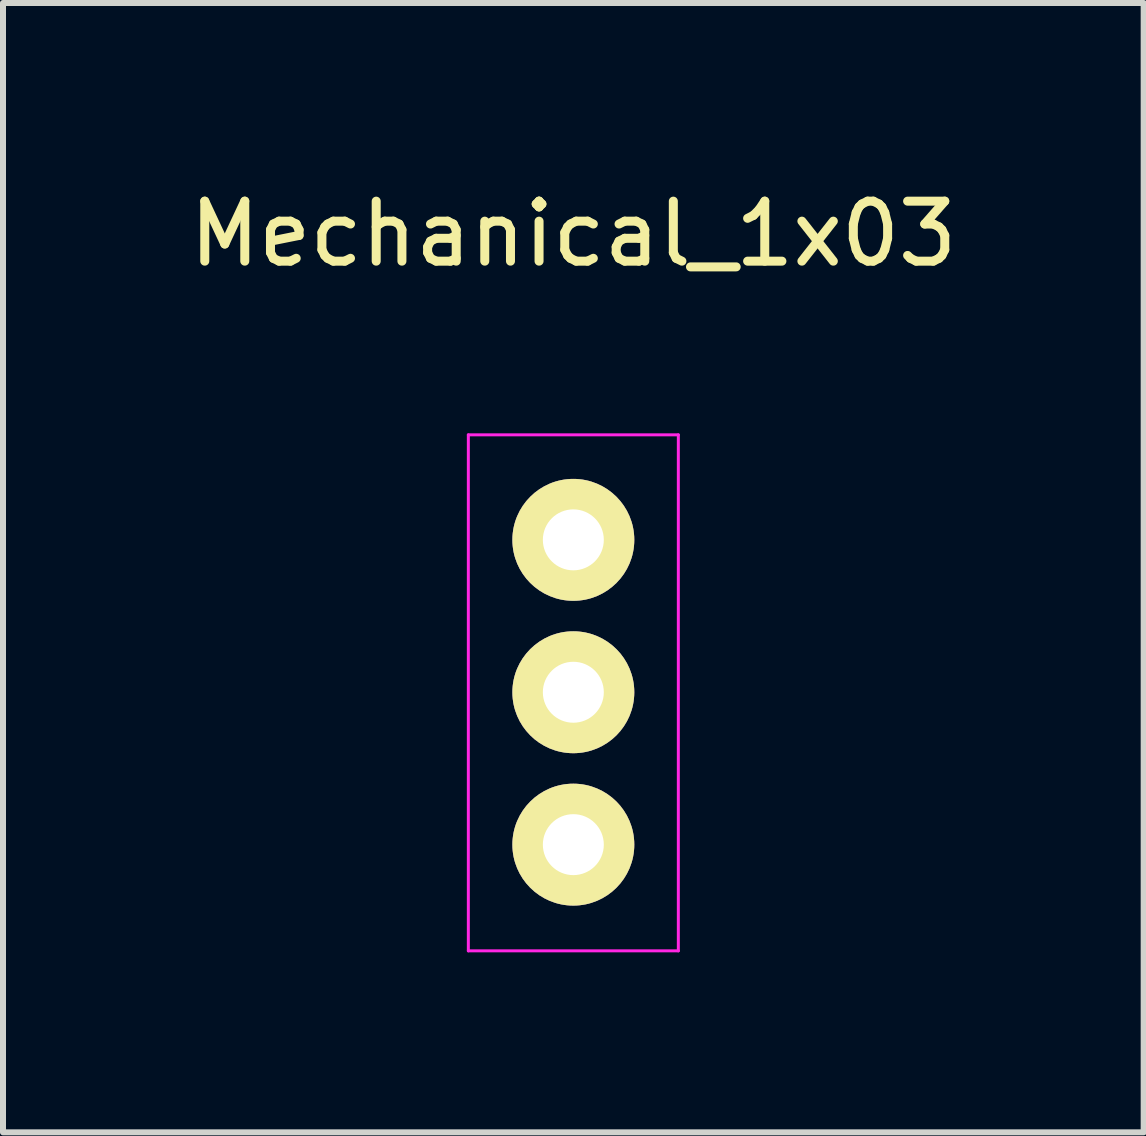
<source format=kicad_pcb>
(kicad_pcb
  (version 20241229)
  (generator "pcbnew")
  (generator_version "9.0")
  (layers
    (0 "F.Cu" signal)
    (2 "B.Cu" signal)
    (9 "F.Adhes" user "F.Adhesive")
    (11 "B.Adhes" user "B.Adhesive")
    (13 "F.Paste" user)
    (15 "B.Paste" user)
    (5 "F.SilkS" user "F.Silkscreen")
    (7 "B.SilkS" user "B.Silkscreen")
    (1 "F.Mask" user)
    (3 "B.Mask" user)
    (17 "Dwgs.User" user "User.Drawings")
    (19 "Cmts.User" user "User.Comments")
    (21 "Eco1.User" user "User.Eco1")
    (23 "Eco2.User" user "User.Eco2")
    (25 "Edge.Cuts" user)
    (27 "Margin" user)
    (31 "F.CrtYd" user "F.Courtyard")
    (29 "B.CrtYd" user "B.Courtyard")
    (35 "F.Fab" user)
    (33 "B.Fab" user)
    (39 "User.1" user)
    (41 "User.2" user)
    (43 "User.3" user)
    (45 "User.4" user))
  (footprint "Mechanical_1x03"
    (layer "F.Cu")
    (at 6.506 5.948)
    (property "Reference" "Mechanical_1x03" (at 0 -5.1 0) (layer "F.SilkS") (effects (font (size 1 1) (thickness 0.15))))
    (attr through_hole)
    (fp_line (start -1.75 -1.75) (end -1.75 6.85) (stroke (width 0.05) (type solid)) (layer "F.CrtYd"))
    (fp_line (start -1.75 -1.75) (end 1.75 -1.75) (stroke (width 0.05) (type solid)) (layer "F.CrtYd"))
    (fp_line (start -1.75 6.85) (end 1.75 6.85) (stroke (width 0.05) (type solid)) (layer "F.CrtYd"))
    (fp_line (start 1.75 -1.75) (end 1.75 6.85) (stroke (width 0.05) (type solid)) (layer "F.CrtYd"))
    (pad "1" thru_hole circle (at 0 0) (size 2.032 2.032) (drill 1.016) (layers "*.Cu" "*.Mask" "F.SilkS"))
    (pad "2" thru_hole circle (at 0 2.54) (size 2.032 2.032) (drill 1.016) (layers "*.Cu" "*.Mask" "F.SilkS"))
    (pad "3" thru_hole circle (at 0 5.08) (size 2.032 2.032) (drill 1.016) (layers "*.Cu" "*.Mask" "F.SilkS")))
  (gr_rect
    (start -3 -3)
    (end 16.012 15.823)
    (stroke (width 0.1) (type default))
    (fill no)
    (layer "Edge.Cuts")))
</source>
